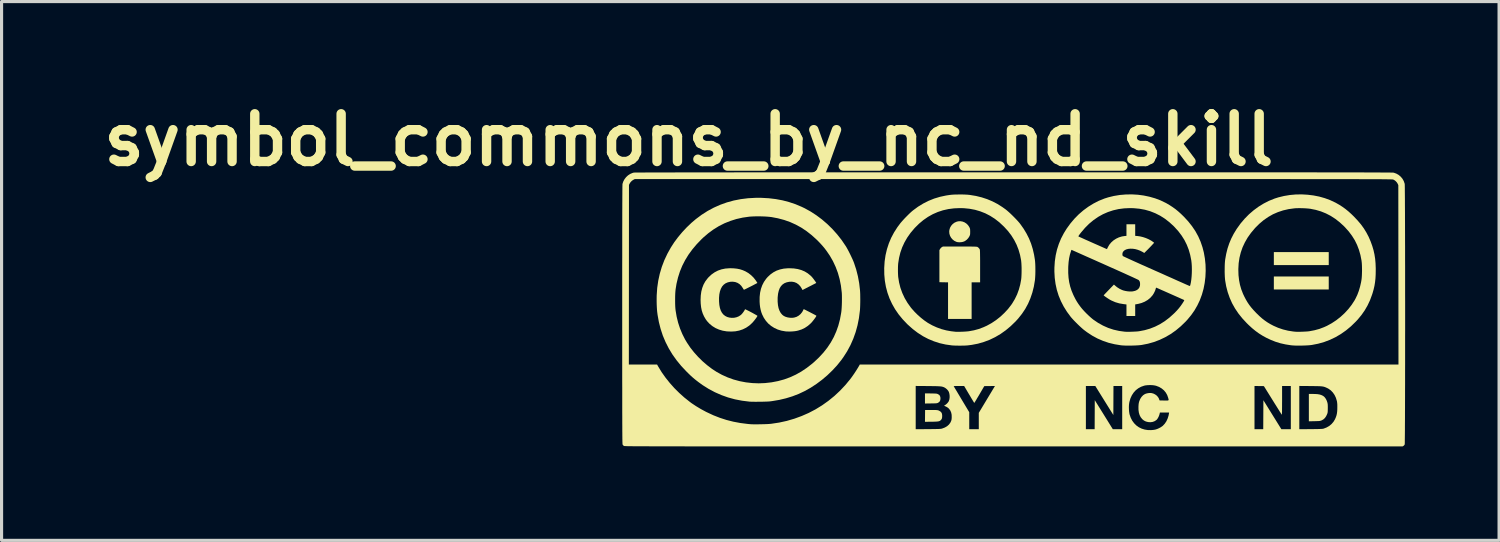
<source format=kicad_pcb>
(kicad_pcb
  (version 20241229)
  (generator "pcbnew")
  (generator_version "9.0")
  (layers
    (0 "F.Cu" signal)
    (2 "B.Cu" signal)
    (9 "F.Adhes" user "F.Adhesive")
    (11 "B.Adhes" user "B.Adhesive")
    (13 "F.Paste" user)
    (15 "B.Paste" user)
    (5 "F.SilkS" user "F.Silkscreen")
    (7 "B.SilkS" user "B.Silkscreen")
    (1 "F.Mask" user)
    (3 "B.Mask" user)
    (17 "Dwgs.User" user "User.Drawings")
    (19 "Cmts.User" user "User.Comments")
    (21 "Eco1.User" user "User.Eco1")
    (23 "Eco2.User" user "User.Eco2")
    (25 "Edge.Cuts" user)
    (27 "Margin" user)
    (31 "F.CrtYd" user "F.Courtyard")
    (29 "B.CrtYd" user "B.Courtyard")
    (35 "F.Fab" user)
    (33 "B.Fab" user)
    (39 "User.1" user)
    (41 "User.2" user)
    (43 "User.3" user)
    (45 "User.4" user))
  (footprint "symbol_commons_by_nc_nd_skill"
    (layer "F.Cu")
    (at 29.362 6.498)
    (property "Reference" "symbol_commons_by_nc_nd_skill" (at -10.414 -5.08 0) (layer "F.SilkS") (effects (font (size 1.524 1.524) (thickness 0.3))))
    (attr board_only exclude_from_pos_files exclude_from_bom)
    (fp_poly (pts (xy 10.023 -1.082) (xy 8.27 -1.082) (xy 8.27 -1.497) (xy 10.023 -1.497)) (stroke (width 0) (type solid)) (fill yes) (layer "F.SilkS"))
    (fp_poly (pts (xy 10.023 -0.303) (xy 8.27 -0.303) (xy 8.27 -0.718) (xy 10.023 -0.718)) (stroke (width 0) (type solid)) (fill yes) (layer "F.SilkS"))
    (fp_poly (pts (xy -2.684 3.017) (xy -2.622 3.018) (xy -2.574 3.02) (xy -2.539 3.021) (xy -2.513 3.023) (xy -2.493 3.026) (xy -2.478 3.03) (xy -2.464 3.036) (xy -2.455 3.04) (xy -2.417 3.065) (xy -2.392 3.097) (xy -2.38 3.139) (xy -2.377 3.177) (xy -2.382 3.227) (xy -2.397 3.266) (xy -2.424 3.295) (xy -2.449 3.312) (xy -2.462 3.319) (xy -2.474 3.324) (xy -2.489 3.328) (xy -2.508 3.331) (xy -2.534 3.333) (xy -2.569 3.334) (xy -2.617 3.335) (xy -2.679 3.336) (xy -2.679 3.336) (xy -2.872 3.339) (xy -2.872 3.015)) (stroke (width 0) (type solid)) (fill yes) (layer "F.SilkS"))
    (fp_poly (pts (xy -2.669 3.546) (xy -2.605 3.546) (xy -2.556 3.546) (xy -2.519 3.547) (xy -2.491 3.549) (xy -2.47 3.552) (xy -2.454 3.555) (xy -2.44 3.56) (xy -2.428 3.565) (xy -2.382 3.591) (xy -2.351 3.621) (xy -2.331 3.66) (xy -2.323 3.709) (xy -2.323 3.755) (xy -2.326 3.79) (xy -2.331 3.815) (xy -2.34 3.835) (xy -2.35 3.85) (xy -2.366 3.869) (xy -2.383 3.884) (xy -2.402 3.896) (xy -2.426 3.905) (xy -2.457 3.911) (xy -2.497 3.915) (xy -2.548 3.918) (xy -2.613 3.92) (xy -2.663 3.92) (xy -2.872 3.923) (xy -2.87 3.734) (xy -2.868 3.545)) (stroke (width 0) (type solid)) (fill yes) (layer "F.SilkS"))
    (fp_poly (pts (xy -1.648 -1.675) (xy -1.551 -1.674) (xy -1.47 -1.674) (xy -1.401 -1.674) (xy -1.345 -1.673) (xy -1.3 -1.672) (xy -1.265 -1.671) (xy -1.238 -1.669) (xy -1.219 -1.668) (xy -1.206 -1.665) (xy -1.198 -1.663) (xy -1.197 -1.663) (xy -1.167 -1.641) (xy -1.139 -1.611) (xy -1.121 -1.58) (xy -1.12 -1.579) (xy -1.118 -1.564) (xy -1.116 -1.532) (xy -1.114 -1.484) (xy -1.113 -1.418) (xy -1.112 -1.336) (xy -1.111 -1.237) (xy -1.111 -1.12) (xy -1.111 -1.043) (xy -1.111 -0.532) (xy -1.382 -0.532) (xy -1.382 0.637) (xy -2.135 0.637) (xy -2.135 -0.531) (xy -2.273 -0.533) (xy -2.411 -0.536) (xy -2.411 -1.56) (xy -2.389 -1.597) (xy -2.366 -1.628) (xy -2.337 -1.653) (xy -2.334 -1.654) (xy -2.299 -1.675) (xy -1.76 -1.675)) (stroke (width 0) (type solid)) (fill yes) (layer "F.SilkS"))
    (fp_poly (pts (xy 9.508 3.033) (xy 9.594 3.035) (xy 9.666 3.04) (xy 9.727 3.05) (xy 9.778 3.065) (xy 9.823 3.085) (xy 9.864 3.111) (xy 9.869 3.115) (xy 9.901 3.148) (xy 9.932 3.193) (xy 9.959 3.248) (xy 9.973 3.288) (xy 9.981 3.314) (xy 9.986 3.339) (xy 9.99 3.365) (xy 9.992 3.398) (xy 9.993 3.441) (xy 9.993 3.486) (xy 9.992 3.539) (xy 9.991 3.579) (xy 9.989 3.61) (xy 9.985 3.634) (xy 9.979 3.655) (xy 9.974 3.671) (xy 9.94 3.744) (xy 9.899 3.803) (xy 9.849 3.848) (xy 9.79 3.88) (xy 9.787 3.881) (xy 9.769 3.887) (xy 9.75 3.892) (xy 9.729 3.896) (xy 9.7 3.899) (xy 9.663 3.9) (xy 9.615 3.902) (xy 9.563 3.903) (xy 9.388 3.907) (xy 9.388 3.033)) (stroke (width 0) (type solid)) (fill yes) (layer "F.SilkS"))
    (fp_poly (pts (xy -1.676 -2.473) (xy -1.61 -2.448) (xy -1.551 -2.41) (xy -1.5 -2.361) (xy -1.459 -2.302) (xy -1.451 -2.286) (xy -1.441 -2.262) (xy -1.434 -2.241) (xy -1.43 -2.217) (xy -1.429 -2.185) (xy -1.428 -2.144) (xy -1.429 -2.102) (xy -1.43 -2.072) (xy -1.434 -2.049) (xy -1.441 -2.028) (xy -1.451 -2.004) (xy -1.453 -2.001) (xy -1.488 -1.945) (xy -1.535 -1.894) (xy -1.589 -1.854) (xy -1.615 -1.84) (xy -1.664 -1.823) (xy -1.721 -1.813) (xy -1.781 -1.811) (xy -1.836 -1.816) (xy -1.869 -1.825) (xy -1.935 -1.857) (xy -1.991 -1.901) (xy -2.037 -1.955) (xy -2.071 -2.016) (xy -2.092 -2.083) (xy -2.098 -2.153) (xy -2.093 -2.201) (xy -2.072 -2.273) (xy -2.036 -2.337) (xy -1.988 -2.392) (xy -1.93 -2.436) (xy -1.862 -2.467) (xy -1.812 -2.48) (xy -1.744 -2.484)) (stroke (width 0) (type solid)) (fill yes) (layer "F.SilkS"))
    (fp_poly (pts (xy -8.977 -0.978) (xy -8.874 -0.967) (xy -8.78 -0.948) (xy -8.691 -0.919) (xy -8.608 -0.883) (xy -8.513 -0.828) (xy -8.424 -0.759) (xy -8.343 -0.679) (xy -8.274 -0.59) (xy -8.264 -0.575) (xy -8.224 -0.511) (xy -8.302 -0.47) (xy -8.343 -0.448) (xy -8.389 -0.424) (xy -8.438 -0.399) (xy -8.487 -0.375) (xy -8.534 -0.351) (xy -8.576 -0.33) (xy -8.611 -0.313) (xy -8.637 -0.301) (xy -8.651 -0.295) (xy -8.653 -0.295) (xy -8.66 -0.301) (xy -8.672 -0.319) (xy -8.687 -0.345) (xy -8.689 -0.347) (xy -8.737 -0.418) (xy -8.794 -0.474) (xy -8.86 -0.515) (xy -8.932 -0.541) (xy -9.012 -0.552) (xy -9.089 -0.549) (xy -9.169 -0.531) (xy -9.24 -0.5) (xy -9.3 -0.456) (xy -9.351 -0.398) (xy -9.39 -0.326) (xy -9.42 -0.242) (xy -9.44 -0.143) (xy -9.449 -0.032) (xy -9.448 0.081) (xy -9.439 0.191) (xy -9.421 0.286) (xy -9.394 0.368) (xy -9.357 0.438) (xy -9.312 0.495) (xy -9.309 0.497) (xy -9.253 0.542) (xy -9.188 0.575) (xy -9.116 0.595) (xy -9.041 0.603) (xy -8.965 0.6) (xy -8.891 0.584) (xy -8.821 0.556) (xy -8.759 0.516) (xy -8.73 0.49) (xy -8.706 0.463) (xy -8.68 0.43) (xy -8.655 0.394) (xy -8.634 0.361) (xy -8.621 0.334) (xy -8.618 0.329) (xy -8.611 0.33) (xy -8.59 0.339) (xy -8.56 0.353) (xy -8.522 0.372) (xy -8.479 0.394) (xy -8.433 0.418) (xy -8.386 0.443) (xy -8.341 0.468) (xy -8.3 0.491) (xy -8.265 0.511) (xy -8.24 0.526) (xy -8.225 0.536) (xy -8.223 0.539) (xy -8.228 0.554) (xy -8.243 0.578) (xy -8.264 0.61) (xy -8.291 0.646) (xy -8.32 0.684) (xy -8.351 0.721) (xy -8.381 0.755) (xy -8.391 0.766) (xy -8.482 0.849) (xy -8.582 0.917) (xy -8.689 0.97) (xy -8.805 1.009) (xy -8.928 1.033) (xy -9.058 1.041) (xy -9.196 1.035) (xy -9.207 1.034) (xy -9.331 1.013) (xy -9.449 0.978) (xy -9.559 0.93) (xy -9.66 0.868) (xy -9.75 0.795) (xy -9.83 0.709) (xy -9.877 0.644) (xy -9.929 0.554) (xy -9.97 0.462) (xy -10.001 0.365) (xy -10.022 0.26) (xy -10.034 0.145) (xy -10.038 0.027) (xy -10.032 -0.11) (xy -10.015 -0.236) (xy -9.985 -0.352) (xy -9.944 -0.459) (xy -9.889 -0.559) (xy -9.82 -0.651) (xy -9.778 -0.699) (xy -9.687 -0.783) (xy -9.589 -0.852) (xy -9.483 -0.907) (xy -9.37 -0.946) (xy -9.248 -0.971) (xy -9.118 -0.981) (xy -9.091 -0.982)) (stroke (width 0) (type solid)) (fill yes) (layer "F.SilkS"))
    (fp_poly (pts (xy -7.062 -0.975) (xy -6.936 -0.956) (xy -6.821 -0.924) (xy -6.714 -0.879) (xy -6.617 -0.82) (xy -6.528 -0.748) (xy -6.495 -0.716) (xy -6.476 -0.695) (xy -6.453 -0.667) (xy -6.428 -0.635) (xy -6.404 -0.602) (xy -6.381 -0.57) (xy -6.362 -0.543) (xy -6.349 -0.522) (xy -6.345 -0.511) (xy -6.345 -0.511) (xy -6.353 -0.506) (xy -6.374 -0.496) (xy -6.406 -0.479) (xy -6.448 -0.458) (xy -6.497 -0.432) (xy -6.552 -0.404) (xy -6.565 -0.398) (xy -6.783 -0.286) (xy -6.81 -0.337) (xy -6.856 -0.409) (xy -6.912 -0.467) (xy -6.975 -0.511) (xy -7.046 -0.539) (xy -7.123 -0.552) (xy -7.206 -0.549) (xy -7.206 -0.549) (xy -7.288 -0.532) (xy -7.359 -0.504) (xy -7.42 -0.463) (xy -7.47 -0.41) (xy -7.511 -0.344) (xy -7.541 -0.265) (xy -7.563 -0.172) (xy -7.575 -0.065) (xy -7.577 -0.031) (xy -7.577 0.088) (xy -7.567 0.196) (xy -7.548 0.292) (xy -7.518 0.375) (xy -7.479 0.446) (xy -7.43 0.504) (xy -7.381 0.542) (xy -7.325 0.569) (xy -7.258 0.589) (xy -7.185 0.6) (xy -7.113 0.602) (xy -7.053 0.595) (xy -6.976 0.572) (xy -6.907 0.534) (xy -6.846 0.483) (xy -6.795 0.42) (xy -6.771 0.378) (xy -6.759 0.352) (xy -6.749 0.333) (xy -6.745 0.325) (xy -6.737 0.328) (xy -6.717 0.337) (xy -6.686 0.352) (xy -6.648 0.372) (xy -6.604 0.394) (xy -6.557 0.418) (xy -6.509 0.443) (xy -6.463 0.467) (xy -6.421 0.489) (xy -6.385 0.508) (xy -6.359 0.523) (xy -6.343 0.532) (xy -6.34 0.534) (xy -6.342 0.545) (xy -6.353 0.566) (xy -6.372 0.595) (xy -6.396 0.629) (xy -6.424 0.666) (xy -6.453 0.703) (xy -6.482 0.738) (xy -6.509 0.768) (xy -6.517 0.776) (xy -6.608 0.856) (xy -6.706 0.922) (xy -6.811 0.973) (xy -6.926 1.01) (xy -6.986 1.023) (xy -7.036 1.03) (xy -7.097 1.036) (xy -7.164 1.039) (xy -7.23 1.039) (xy -7.291 1.038) (xy -7.33 1.034) (xy -7.456 1.012) (xy -7.574 0.976) (xy -7.684 0.925) (xy -7.784 0.862) (xy -7.874 0.787) (xy -7.952 0.699) (xy -8.019 0.6) (xy -8.073 0.491) (xy -8.099 0.421) (xy -8.12 0.344) (xy -8.136 0.265) (xy -8.147 0.18) (xy -8.153 0.084) (xy -8.153 0.081) (xy -8.152 -0.064) (xy -8.138 -0.198) (xy -8.11 -0.323) (xy -8.069 -0.438) (xy -8.015 -0.544) (xy -7.946 -0.643) (xy -7.895 -0.702) (xy -7.807 -0.784) (xy -7.713 -0.851) (xy -7.611 -0.905) (xy -7.501 -0.943) (xy -7.382 -0.969) (xy -7.254 -0.98) (xy -7.198 -0.981)) (stroke (width 0) (type solid)) (fill yes) (layer "F.SilkS"))
    (fp_poly (pts (xy 9.35 -3.329) (xy 9.537 -3.306) (xy 9.719 -3.27) (xy 9.896 -3.22) (xy 10.065 -3.158) (xy 10.225 -3.083) (xy 10.243 -3.074) (xy 10.356 -3.01) (xy 10.459 -2.944) (xy 10.555 -2.875) (xy 10.65 -2.798) (xy 10.746 -2.711) (xy 10.823 -2.636) (xy 10.944 -2.508) (xy 11.051 -2.382) (xy 11.144 -2.254) (xy 11.225 -2.122) (xy 11.297 -1.985) (xy 11.36 -1.839) (xy 11.363 -1.831) (xy 11.413 -1.693) (xy 11.453 -1.558) (xy 11.483 -1.423) (xy 11.505 -1.284) (xy 11.518 -1.138) (xy 11.524 -0.98) (xy 11.524 -0.925) (xy 11.522 -0.784) (xy 11.515 -0.655) (xy 11.502 -0.535) (xy 11.483 -0.42) (xy 11.457 -0.306) (xy 11.424 -0.19) (xy 11.407 -0.138) (xy 11.341 0.04) (xy 11.263 0.206) (xy 11.172 0.364) (xy 11.067 0.514) (xy 10.947 0.659) (xy 10.886 0.724) (xy 10.734 0.872) (xy 10.575 1.004) (xy 10.41 1.12) (xy 10.239 1.22) (xy 10.061 1.305) (xy 9.876 1.375) (xy 9.685 1.429) (xy 9.486 1.468) (xy 9.429 1.475) (xy 9.359 1.481) (xy 9.28 1.485) (xy 9.196 1.488) (xy 9.109 1.489) (xy 9.025 1.489) (xy 8.946 1.488) (xy 8.877 1.484) (xy 8.821 1.479) (xy 8.82 1.479) (xy 8.643 1.451) (xy 8.477 1.414) (xy 8.319 1.365) (xy 8.164 1.303) (xy 8.027 1.238) (xy 7.907 1.172) (xy 7.793 1.1) (xy 7.684 1.021) (xy 7.575 0.932) (xy 7.465 0.831) (xy 7.402 0.769) (xy 7.262 0.618) (xy 7.138 0.463) (xy 7.03 0.303) (xy 6.937 0.137) (xy 6.86 -0.036) (xy 6.797 -0.215) (xy 6.748 -0.403) (xy 6.715 -0.591) (xy 6.709 -0.648) (xy 6.704 -0.718) (xy 6.701 -0.797) (xy 6.699 -0.882) (xy 6.7 -0.929) (xy 7.136 -0.929) (xy 7.141 -0.761) (xy 7.159 -0.602) (xy 7.188 -0.452) (xy 7.23 -0.307) (xy 7.286 -0.163) (xy 7.322 -0.087) (xy 7.373 0.012) (xy 7.426 0.103) (xy 7.483 0.188) (xy 7.547 0.271) (xy 7.62 0.355) (xy 7.704 0.444) (xy 7.724 0.464) (xy 7.813 0.55) (xy 7.898 0.625) (xy 7.982 0.69) (xy 8.068 0.749) (xy 8.16 0.804) (xy 8.259 0.856) (xy 8.405 0.92) (xy 8.561 0.973) (xy 8.723 1.013) (xy 8.889 1.039) (xy 8.96 1.046) (xy 8.998 1.048) (xy 9.05 1.049) (xy 9.109 1.048) (xy 9.174 1.046) (xy 9.239 1.043) (xy 9.301 1.04) (xy 9.355 1.036) (xy 9.397 1.031) (xy 9.405 1.03) (xy 9.568 0.999) (xy 9.723 0.957) (xy 9.873 0.9) (xy 9.968 0.857) (xy 10.119 0.774) (xy 10.265 0.678) (xy 10.403 0.569) (xy 10.532 0.45) (xy 10.65 0.322) (xy 10.756 0.186) (xy 10.848 0.044) (xy 10.88 -0.015) (xy 10.935 -0.13) (xy 10.983 -0.257) (xy 11.023 -0.392) (xy 11.055 -0.531) (xy 11.069 -0.612) (xy 11.076 -0.671) (xy 11.081 -0.742) (xy 11.084 -0.822) (xy 11.086 -0.906) (xy 11.085 -0.991) (xy 11.083 -1.072) (xy 11.079 -1.145) (xy 11.072 -1.207) (xy 11.07 -1.226) (xy 11.035 -1.403) (xy 10.988 -1.569) (xy 10.928 -1.726) (xy 10.855 -1.875) (xy 10.766 -2.017) (xy 10.663 -2.155) (xy 10.544 -2.288) (xy 10.51 -2.323) (xy 10.373 -2.449) (xy 10.232 -2.559) (xy 10.085 -2.654) (xy 9.932 -2.733) (xy 9.773 -2.797) (xy 9.606 -2.846) (xy 9.431 -2.881) (xy 9.43 -2.881) (xy 9.367 -2.888) (xy 9.292 -2.894) (xy 9.21 -2.898) (xy 9.126 -2.9) (xy 9.044 -2.9) (xy 8.971 -2.898) (xy 8.922 -2.894) (xy 8.74 -2.869) (xy 8.567 -2.829) (xy 8.401 -2.774) (xy 8.242 -2.705) (xy 8.091 -2.619) (xy 7.946 -2.519) (xy 7.808 -2.403) (xy 7.675 -2.271) (xy 7.662 -2.256) (xy 7.54 -2.111) (xy 7.434 -1.962) (xy 7.345 -1.808) (xy 7.271 -1.65) (xy 7.214 -1.486) (xy 7.172 -1.316) (xy 7.146 -1.141) (xy 7.136 -0.959) (xy 7.136 -0.929) (xy 6.7 -0.929) (xy 6.7 -0.968) (xy 6.701 -1.052) (xy 6.704 -1.13) (xy 6.709 -1.199) (xy 6.715 -1.255) (xy 6.715 -1.255) (xy 6.748 -1.439) (xy 6.79 -1.61) (xy 6.844 -1.772) (xy 6.909 -1.928) (xy 6.987 -2.08) (xy 7.079 -2.231) (xy 7.089 -2.246) (xy 7.207 -2.41) (xy 7.337 -2.563) (xy 7.476 -2.704) (xy 7.625 -2.832) (xy 7.781 -2.947) (xy 7.945 -3.048) (xy 8.116 -3.135) (xy 8.292 -3.206) (xy 8.414 -3.245) (xy 8.595 -3.289) (xy 8.781 -3.32) (xy 8.97 -3.337) (xy 9.16 -3.34)) (stroke (width 0) (type solid)) (fill yes) (layer "F.SilkS"))
    (fp_poly (pts (xy -1.675 -3.337) (xy -1.589 -3.334) (xy -1.512 -3.33) (xy -1.446 -3.323) (xy -1.437 -3.322) (xy -1.243 -3.29) (xy -1.06 -3.245) (xy -0.886 -3.188) (xy -0.719 -3.118) (xy -0.557 -3.034) (xy -0.4 -2.935) (xy -0.298 -2.862) (xy -0.252 -2.825) (xy -0.198 -2.778) (xy -0.139 -2.724) (xy -0.077 -2.664) (xy -0.016 -2.603) (xy 0.043 -2.542) (xy 0.096 -2.485) (xy 0.141 -2.433) (xy 0.169 -2.398) (xy 0.278 -2.244) (xy 0.371 -2.089) (xy 0.451 -1.931) (xy 0.517 -1.767) (xy 0.57 -1.596) (xy 0.612 -1.415) (xy 0.639 -1.251) (xy 0.645 -1.192) (xy 0.65 -1.12) (xy 0.653 -1.038) (xy 0.654 -0.951) (xy 0.654 -0.863) (xy 0.652 -0.778) (xy 0.648 -0.699) (xy 0.643 -0.63) (xy 0.639 -0.595) (xy 0.605 -0.394) (xy 0.557 -0.203) (xy 0.495 -0.021) (xy 0.42 0.153) (xy 0.33 0.318) (xy 0.225 0.475) (xy 0.105 0.626) (xy 0.02 0.719) (xy -0.133 0.867) (xy -0.292 1) (xy -0.457 1.117) (xy -0.629 1.218) (xy -0.807 1.304) (xy -0.991 1.373) (xy -1.181 1.428) (xy -1.378 1.466) (xy -1.512 1.483) (xy -1.56 1.486) (xy -1.619 1.489) (xy -1.687 1.49) (xy -1.76 1.491) (xy -1.833 1.49) (xy -1.901 1.489) (xy -1.962 1.486) (xy -2.011 1.483) (xy -2.017 1.482) (xy -2.214 1.454) (xy -2.405 1.411) (xy -2.589 1.351) (xy -2.767 1.277) (xy -2.939 1.187) (xy -3.105 1.08) (xy -3.265 0.958) (xy -3.42 0.82) (xy -3.438 0.803) (xy -3.583 0.65) (xy -3.712 0.493) (xy -3.825 0.329) (xy -3.922 0.159) (xy -4.004 -0.017) (xy -4.069 -0.198) (xy -4.119 -0.386) (xy -4.153 -0.58) (xy -4.171 -0.78) (xy -4.173 -0.951) (xy -3.735 -0.951) (xy -3.735 -0.878) (xy -3.733 -0.808) (xy -3.73 -0.745) (xy -3.727 -0.703) (xy -3.699 -0.528) (xy -3.656 -0.357) (xy -3.596 -0.191) (xy -3.521 -0.03) (xy -3.431 0.123) (xy -3.326 0.27) (xy -3.289 0.315) (xy -3.201 0.413) (xy -3.103 0.51) (xy -2.999 0.602) (xy -2.894 0.685) (xy -2.791 0.756) (xy -2.781 0.763) (xy -2.642 0.841) (xy -2.495 0.908) (xy -2.343 0.963) (xy -2.188 1.004) (xy -2.036 1.031) (xy -2.008 1.034) (xy -1.969 1.039) (xy -1.933 1.043) (xy -1.906 1.046) (xy -1.898 1.047) (xy -1.87 1.049) (xy -1.828 1.049) (xy -1.776 1.049) (xy -1.718 1.047) (xy -1.658 1.045) (xy -1.599 1.042) (xy -1.545 1.038) (xy -1.498 1.034) (xy -1.467 1.03) (xy -1.304 1) (xy -1.151 0.958) (xy -1.003 0.902) (xy -0.895 0.853) (xy -0.746 0.771) (xy -0.602 0.675) (xy -0.464 0.566) (xy -0.336 0.446) (xy -0.218 0.319) (xy -0.114 0.184) (xy -0.085 0.142) (xy 0 0) (xy 0.071 -0.148) (xy 0.128 -0.304) (xy 0.172 -0.468) (xy 0.199 -0.616) (xy 0.206 -0.673) (xy 0.21 -0.744) (xy 0.213 -0.823) (xy 0.214 -0.907) (xy 0.214 -0.991) (xy 0.211 -1.073) (xy 0.207 -1.147) (xy 0.201 -1.21) (xy 0.199 -1.23) (xy 0.165 -1.405) (xy 0.117 -1.572) (xy 0.055 -1.731) (xy -0.022 -1.883) (xy -0.114 -2.03) (xy -0.222 -2.171) (xy -0.346 -2.307) (xy -0.362 -2.322) (xy -0.499 -2.45) (xy -0.642 -2.561) (xy -0.791 -2.656) (xy -0.946 -2.736) (xy -1.107 -2.799) (xy -1.274 -2.848) (xy -1.449 -2.881) (xy -1.631 -2.899) (xy -1.759 -2.902) (xy -1.945 -2.894) (xy -2.125 -2.871) (xy -2.297 -2.832) (xy -2.464 -2.777) (xy -2.624 -2.707) (xy -2.777 -2.621) (xy -2.924 -2.519) (xy -3.064 -2.402) (xy -3.197 -2.27) (xy -3.209 -2.256) (xy -3.331 -2.112) (xy -3.437 -1.962) (xy -3.526 -1.808) (xy -3.6 -1.648) (xy -3.658 -1.482) (xy -3.7 -1.31) (xy -3.727 -1.137) (xy -3.731 -1.085) (xy -3.734 -1.022) (xy -3.735 -0.951) (xy -4.173 -0.951) (xy -4.174 -0.986) (xy -4.173 -0.997) (xy -4.16 -1.202) (xy -4.131 -1.399) (xy -4.086 -1.59) (xy -4.026 -1.775) (xy -3.951 -1.953) (xy -3.859 -2.126) (xy -3.752 -2.293) (xy -3.651 -2.428) (xy -3.612 -2.473) (xy -3.565 -2.526) (xy -3.512 -2.583) (xy -3.455 -2.641) (xy -3.398 -2.698) (xy -3.343 -2.751) (xy -3.293 -2.796) (xy -3.253 -2.829) (xy -3.093 -2.947) (xy -2.928 -3.048) (xy -2.757 -3.134) (xy -2.579 -3.206) (xy -2.393 -3.262) (xy -2.199 -3.304) (xy -2.08 -3.322) (xy -2.016 -3.329) (xy -1.94 -3.334) (xy -1.855 -3.336) (xy -1.765 -3.337)) (stroke (width 0) (type solid)) (fill yes) (layer "F.SilkS"))
    (fp_poly (pts (xy -8.096 -3.23) (xy -7.862 -3.217) (xy -7.637 -3.19) (xy -7.421 -3.15) (xy -7.212 -3.095) (xy -7.009 -3.027) (xy -6.81 -2.943) (xy -6.715 -2.898) (xy -6.525 -2.793) (xy -6.34 -2.673) (xy -6.161 -2.539) (xy -5.99 -2.392) (xy -5.827 -2.232) (xy -5.675 -2.062) (xy -5.534 -1.883) (xy -5.406 -1.694) (xy -5.401 -1.688) (xy -5.37 -1.635) (xy -5.334 -1.57) (xy -5.296 -1.497) (xy -5.257 -1.419) (xy -5.22 -1.341) (xy -5.185 -1.266) (xy -5.156 -1.199) (xy -5.137 -1.15) (xy -5.069 -0.943) (xy -5.014 -0.727) (xy -4.973 -0.505) (xy -4.947 -0.282) (xy -4.943 -0.22) (xy -4.94 -0.146) (xy -4.939 -0.062) (xy -4.938 0.026) (xy -4.939 0.116) (xy -4.941 0.203) (xy -4.944 0.283) (xy -4.948 0.352) (xy -4.951 0.379) (xy -4.981 0.614) (xy -5.026 0.84) (xy -5.086 1.059) (xy -5.162 1.271) (xy -5.252 1.475) (xy -5.358 1.672) (xy -5.479 1.861) (xy -5.547 1.955) (xy -5.68 2.121) (xy -5.829 2.282) (xy -5.989 2.436) (xy -6.16 2.581) (xy -6.338 2.714) (xy -6.521 2.834) (xy -6.53 2.839) (xy -6.716 2.943) (xy -6.907 3.033) (xy -7.105 3.109) (xy -7.31 3.172) (xy -7.524 3.223) (xy -7.749 3.261) (xy -7.817 3.27) (xy -7.85 3.273) (xy -7.897 3.276) (xy -7.955 3.278) (xy -8.021 3.28) (xy -8.092 3.282) (xy -8.166 3.282) (xy -8.239 3.283) (xy -8.309 3.283) (xy -8.372 3.282) (xy -8.426 3.281) (xy -8.468 3.279) (xy -8.481 3.278) (xy -8.714 3.249) (xy -8.941 3.205) (xy -9.161 3.145) (xy -9.374 3.069) (xy -9.581 2.978) (xy -9.782 2.871) (xy -9.976 2.749) (xy -10.096 2.662) (xy -10.168 2.607) (xy -10.233 2.555) (xy -10.294 2.503) (xy -10.356 2.447) (xy -10.42 2.385) (xy -10.492 2.314) (xy -10.657 2.138) (xy -10.806 1.956) (xy -10.939 1.769) (xy -11.056 1.575) (xy -11.157 1.376) (xy -11.244 1.17) (xy -11.314 0.957) (xy -11.37 0.737) (xy -11.411 0.51) (xy -11.424 0.412) (xy -11.43 0.346) (xy -11.435 0.267) (xy -11.439 0.18) (xy -11.441 0.088) (xy -11.441 -0.004) (xy -11.441 -0.008) (xy -10.851 -0.008) (xy -10.851 0.079) (xy -10.85 0.164) (xy -10.847 0.243) (xy -10.842 0.313) (xy -10.836 0.366) (xy -10.802 0.568) (xy -10.755 0.759) (xy -10.695 0.942) (xy -10.622 1.118) (xy -10.535 1.29) (xy -10.471 1.397) (xy -10.367 1.552) (xy -10.248 1.703) (xy -10.117 1.849) (xy -9.976 1.988) (xy -9.826 2.117) (xy -9.672 2.234) (xy -9.531 2.326) (xy -9.357 2.422) (xy -9.175 2.504) (xy -8.986 2.572) (xy -8.79 2.625) (xy -8.59 2.663) (xy -8.387 2.686) (xy -8.182 2.694) (xy -7.981 2.686) (xy -7.77 2.662) (xy -7.567 2.623) (xy -7.371 2.57) (xy -7.182 2.501) (xy -6.998 2.417) (xy -6.82 2.317) (xy -6.647 2.201) (xy -6.477 2.069) (xy -6.413 2.014) (xy -6.256 1.866) (xy -6.115 1.713) (xy -5.99 1.555) (xy -5.88 1.39) (xy -5.785 1.218) (xy -5.705 1.038) (xy -5.639 0.851) (xy -5.587 0.654) (xy -5.549 0.449) (xy -5.543 0.408) (xy -5.537 0.351) (xy -5.532 0.281) (xy -5.528 0.203) (xy -5.525 0.118) (xy -5.524 0.033) (xy -5.524 -0.05) (xy -5.525 -0.126) (xy -5.528 -0.192) (xy -5.53 -0.211) (xy -5.556 -0.426) (xy -5.597 -0.633) (xy -5.653 -0.833) (xy -5.725 -1.025) (xy -5.811 -1.209) (xy -5.913 -1.386) (xy -6.02 -1.542) (xy -6.083 -1.625) (xy -6.149 -1.703) (xy -6.219 -1.78) (xy -6.297 -1.861) (xy -6.332 -1.895) (xy -6.49 -2.038) (xy -6.653 -2.166) (xy -6.821 -2.278) (xy -6.996 -2.374) (xy -7.178 -2.456) (xy -7.368 -2.523) (xy -7.567 -2.576) (xy -7.77 -2.615) (xy -7.838 -2.623) (xy -7.919 -2.63) (xy -8.009 -2.635) (xy -8.105 -2.638) (xy -8.202 -2.639) (xy -8.296 -2.638) (xy -8.384 -2.635) (xy -8.462 -2.63) (xy -8.485 -2.628) (xy -8.694 -2.598) (xy -8.895 -2.553) (xy -9.088 -2.492) (xy -9.275 -2.417) (xy -9.455 -2.326) (xy -9.628 -2.219) (xy -9.794 -2.097) (xy -9.955 -1.959) (xy -10.008 -1.908) (xy -10.163 -1.747) (xy -10.301 -1.583) (xy -10.424 -1.415) (xy -10.53 -1.242) (xy -10.622 -1.063) (xy -10.698 -0.878) (xy -10.759 -0.686) (xy -10.807 -0.486) (xy -10.836 -0.306) (xy -10.842 -0.247) (xy -10.847 -0.175) (xy -10.85 -0.094) (xy -10.851 -0.008) (xy -11.441 -0.008) (xy -11.44 -0.091) (xy -11.439 -0.123) (xy -11.423 -0.356) (xy -11.39 -0.584) (xy -11.341 -0.807) (xy -11.276 -1.026) (xy -11.195 -1.239) (xy -11.097 -1.447) (xy -10.987 -1.644) (xy -10.88 -1.81) (xy -10.758 -1.974) (xy -10.623 -2.135) (xy -10.48 -2.288) (xy -10.329 -2.432) (xy -10.189 -2.551) (xy -10.004 -2.689) (xy -9.813 -2.811) (xy -9.615 -2.917) (xy -9.41 -3.008) (xy -9.198 -3.084) (xy -8.98 -3.144) (xy -8.755 -3.188) (xy -8.523 -3.217) (xy -8.285 -3.23)) (stroke (width 0) (type solid)) (fill yes) (layer "F.SilkS"))
    (fp_poly (pts (xy 3.926 -3.329) (xy 4.114 -3.304) (xy 4.299 -3.265) (xy 4.478 -3.214) (xy 4.65 -3.149) (xy 4.812 -3.071) (xy 4.837 -3.058) (xy 4.941 -2.997) (xy 5.036 -2.935) (xy 5.127 -2.87) (xy 5.216 -2.797) (xy 5.307 -2.715) (xy 5.396 -2.628) (xy 5.534 -2.479) (xy 5.656 -2.325) (xy 5.763 -2.167) (xy 5.854 -2.002) (xy 5.93 -1.83) (xy 5.991 -1.651) (xy 6.034 -1.484) (xy 6.068 -1.292) (xy 6.088 -1.097) (xy 6.093 -0.9) (xy 6.084 -0.704) (xy 6.061 -0.51) (xy 6.024 -0.322) (xy 5.973 -0.141) (xy 5.972 -0.138) (xy 5.906 0.04) (xy 5.827 0.206) (xy 5.736 0.364) (xy 5.631 0.514) (xy 5.511 0.659) (xy 5.451 0.724) (xy 5.298 0.872) (xy 5.14 1.004) (xy 4.975 1.12) (xy 4.803 1.22) (xy 4.625 1.305) (xy 4.441 1.375) (xy 4.249 1.429) (xy 4.051 1.468) (xy 3.994 1.475) (xy 3.924 1.481) (xy 3.845 1.485) (xy 3.76 1.488) (xy 3.674 1.489) (xy 3.589 1.489) (xy 3.511 1.488) (xy 3.441 1.484) (xy 3.385 1.479) (xy 3.385 1.479) (xy 3.186 1.446) (xy 2.995 1.4) (xy 2.813 1.338) (xy 2.637 1.262) (xy 2.467 1.17) (xy 2.303 1.062) (xy 2.198 0.983) (xy 2.157 0.948) (xy 2.108 0.904) (xy 2.054 0.854) (xy 1.997 0.799) (xy 1.941 0.743) (xy 1.887 0.688) (xy 1.84 0.637) (xy 1.801 0.593) (xy 1.784 0.573) (xy 1.663 0.409) (xy 1.558 0.241) (xy 1.469 0.068) (xy 1.396 -0.109) (xy 1.339 -0.292) (xy 1.298 -0.481) (xy 1.272 -0.676) (xy 1.261 -0.878) (xy 1.262 -0.992) (xy 1.703 -0.992) (xy 1.703 -0.83) (xy 1.713 -0.678) (xy 1.734 -0.535) (xy 1.766 -0.398) (xy 1.81 -0.263) (xy 1.867 -0.128) (xy 1.891 -0.079) (xy 1.936 0.009) (xy 1.981 0.087) (xy 2.03 0.162) (xy 2.086 0.239) (xy 2.122 0.285) (xy 2.166 0.337) (xy 2.22 0.396) (xy 2.28 0.458) (xy 2.343 0.519) (xy 2.406 0.577) (xy 2.464 0.627) (xy 2.505 0.66) (xy 2.657 0.763) (xy 2.815 0.851) (xy 2.979 0.924) (xy 3.149 0.98) (xy 3.325 1.02) (xy 3.506 1.045) (xy 3.525 1.046) (xy 3.563 1.048) (xy 3.615 1.049) (xy 3.675 1.048) (xy 3.74 1.046) (xy 3.805 1.043) (xy 3.867 1.04) (xy 3.921 1.036) (xy 3.963 1.031) (xy 3.969 1.03) (xy 4.146 0.996) (xy 4.316 0.947) (xy 4.478 0.883) (xy 4.635 0.804) (xy 4.786 0.709) (xy 4.932 0.598) (xy 5.073 0.471) (xy 5.097 0.448) (xy 5.172 0.371) (xy 5.236 0.298) (xy 5.294 0.224) (xy 5.35 0.143) (xy 5.359 0.129) (xy 5.385 0.088) (xy 5.401 0.06) (xy 5.408 0.042) (xy 5.406 0.035) (xy 5.395 0.029) (xy 5.371 0.018) (xy 5.334 0.002) (xy 5.288 -0.019) (xy 5.233 -0.044) (xy 5.171 -0.071) (xy 5.104 -0.101) (xy 5.034 -0.132) (xy 4.962 -0.164) (xy 4.89 -0.196) (xy 4.82 -0.227) (xy 4.753 -0.257) (xy 4.69 -0.284) (xy 4.635 -0.309) (xy 4.588 -0.33) (xy 4.55 -0.346) (xy 4.525 -0.357) (xy 4.512 -0.362) (xy 4.512 -0.362) (xy 4.506 -0.355) (xy 4.5 -0.336) (xy 4.495 -0.319) (xy 4.482 -0.276) (xy 4.459 -0.225) (xy 4.432 -0.173) (xy 4.402 -0.126) (xy 4.39 -0.11) (xy 4.321 -0.033) (xy 4.239 0.033) (xy 4.146 0.087) (xy 4.044 0.129) (xy 3.934 0.158) (xy 3.922 0.16) (xy 3.842 0.174) (xy 3.842 0.544) (xy 3.563 0.544) (xy 3.563 0.175) (xy 3.472 0.164) (xy 3.336 0.141) (xy 3.207 0.103) (xy 3.084 0.05) (xy 3.03 0.021) (xy 3 0.002) (xy 2.965 -0.02) (xy 2.93 -0.044) (xy 2.896 -0.067) (xy 2.867 -0.088) (xy 2.846 -0.105) (xy 2.836 -0.115) (xy 2.835 -0.117) (xy 2.841 -0.124) (xy 2.857 -0.141) (xy 2.882 -0.168) (xy 2.914 -0.201) (xy 2.952 -0.241) (xy 2.994 -0.285) (xy 2.999 -0.29) (xy 3.163 -0.46) (xy 3.192 -0.434) (xy 3.262 -0.376) (xy 3.341 -0.326) (xy 3.423 -0.287) (xy 3.471 -0.27) (xy 3.534 -0.255) (xy 3.602 -0.244) (xy 3.671 -0.239) (xy 3.734 -0.24) (xy 3.766 -0.243) (xy 3.84 -0.26) (xy 3.899 -0.287) (xy 3.944 -0.323) (xy 3.976 -0.369) (xy 3.994 -0.424) (xy 3.998 -0.477) (xy 3.994 -0.525) (xy 3.983 -0.563) (xy 3.962 -0.594) (xy 3.951 -0.605) (xy 3.941 -0.611) (xy 3.916 -0.623) (xy 3.878 -0.641) (xy 3.827 -0.665) (xy 3.765 -0.694) (xy 3.692 -0.727) (xy 3.61 -0.764) (xy 3.519 -0.806) (xy 3.421 -0.85) (xy 3.316 -0.897) (xy 3.205 -0.947) (xy 3.09 -0.998) (xy 3.033 -1.023) (xy 2.913 -1.077) (xy 2.795 -1.13) (xy 2.679 -1.181) (xy 2.568 -1.231) (xy 2.462 -1.278) (xy 2.363 -1.322) (xy 2.272 -1.362) (xy 2.19 -1.399) (xy 2.118 -1.431) (xy 2.058 -1.458) (xy 2.011 -1.479) (xy 1.977 -1.494) (xy 1.971 -1.497) (xy 1.806 -1.57) (xy 1.791 -1.527) (xy 1.757 -1.418) (xy 1.732 -1.303) (xy 1.715 -1.18) (xy 1.705 -1.046) (xy 1.703 -0.992) (xy 1.262 -0.992) (xy 1.262 -1.001) (xy 1.275 -1.202) (xy 1.303 -1.394) (xy 1.345 -1.579) (xy 1.403 -1.758) (xy 1.475 -1.932) (xy 1.51 -1.999) (xy 2.03 -1.999) (xy 2.033 -1.995) (xy 2.044 -1.989) (xy 2.069 -1.978) (xy 2.105 -1.962) (xy 2.152 -1.941) (xy 2.207 -1.916) (xy 2.268 -1.888) (xy 2.335 -1.859) (xy 2.406 -1.827) (xy 2.478 -1.795) (xy 2.55 -1.763) (xy 2.621 -1.732) (xy 2.689 -1.702) (xy 2.752 -1.674) (xy 2.809 -1.649) (xy 2.857 -1.627) (xy 2.896 -1.61) (xy 2.924 -1.599) (xy 2.938 -1.593) (xy 2.94 -1.592) (xy 2.944 -1.6) (xy 2.954 -1.62) (xy 2.966 -1.646) (xy 2.967 -1.649) (xy 3.015 -1.732) (xy 3.076 -1.806) (xy 3.149 -1.871) (xy 3.232 -1.925) (xy 3.323 -1.968) (xy 3.42 -1.997) (xy 3.506 -2.01) (xy 3.563 -2.016) (xy 3.563 -2.386) (xy 3.842 -2.386) (xy 3.842 -2.016) (xy 3.913 -2.01) (xy 4 -1.998) (xy 4.091 -1.976) (xy 4.184 -1.945) (xy 4.272 -1.907) (xy 4.352 -1.864) (xy 4.42 -1.817) (xy 4.422 -1.815) (xy 4.447 -1.795) (xy 4.378 -1.72) (xy 4.344 -1.684) (xy 4.304 -1.642) (xy 4.261 -1.598) (xy 4.222 -1.558) (xy 4.22 -1.557) (xy 4.132 -1.469) (xy 4.072 -1.505) (xy 3.996 -1.543) (xy 3.919 -1.572) (xy 3.841 -1.593) (xy 3.764 -1.604) (xy 3.691 -1.606) (xy 3.623 -1.6) (xy 3.563 -1.585) (xy 3.511 -1.561) (xy 3.471 -1.528) (xy 3.447 -1.494) (xy 3.437 -1.465) (xy 3.433 -1.431) (xy 3.436 -1.399) (xy 3.445 -1.375) (xy 3.449 -1.37) (xy 3.459 -1.365) (xy 3.483 -1.353) (xy 3.521 -1.335) (xy 3.571 -1.312) (xy 3.631 -1.284) (xy 3.701 -1.252) (xy 3.78 -1.216) (xy 3.867 -1.177) (xy 3.96 -1.135) (xy 4.057 -1.091) (xy 4.143 -1.054) (xy 4.255 -1.003) (xy 4.371 -0.952) (xy 4.489 -0.899) (xy 4.607 -0.847) (xy 4.722 -0.796) (xy 4.832 -0.746) (xy 4.936 -0.7) (xy 5.031 -0.658) (xy 5.115 -0.62) (xy 5.186 -0.588) (xy 5.197 -0.583) (xy 5.272 -0.55) (xy 5.342 -0.519) (xy 5.407 -0.49) (xy 5.463 -0.465) (xy 5.511 -0.444) (xy 5.548 -0.428) (xy 5.573 -0.418) (xy 5.583 -0.414) (xy 5.584 -0.414) (xy 5.592 -0.421) (xy 5.601 -0.439) (xy 5.602 -0.445) (xy 5.62 -0.526) (xy 5.634 -0.619) (xy 5.644 -0.722) (xy 5.65 -0.83) (xy 5.652 -0.94) (xy 5.65 -1.047) (xy 5.643 -1.149) (xy 5.633 -1.234) (xy 5.598 -1.409) (xy 5.551 -1.574) (xy 5.49 -1.731) (xy 5.415 -1.881) (xy 5.325 -2.024) (xy 5.22 -2.163) (xy 5.098 -2.298) (xy 5.07 -2.327) (xy 4.932 -2.453) (xy 4.789 -2.564) (xy 4.639 -2.659) (xy 4.483 -2.738) (xy 4.321 -2.802) (xy 4.152 -2.85) (xy 3.976 -2.882) (xy 3.793 -2.899) (xy 3.676 -2.902) (xy 3.491 -2.894) (xy 3.311 -2.871) (xy 3.138 -2.831) (xy 2.971 -2.776) (xy 2.811 -2.706) (xy 2.657 -2.62) (xy 2.51 -2.518) (xy 2.37 -2.402) (xy 2.238 -2.27) (xy 2.112 -2.122) (xy 2.084 -2.086) (xy 2.057 -2.05) (xy 2.04 -2.025) (xy 2.031 -2.009) (xy 2.03 -1.999) (xy 1.51 -1.999) (xy 1.564 -2.102) (xy 1.653 -2.246) (xy 1.772 -2.41) (xy 1.901 -2.563) (xy 2.04 -2.704) (xy 2.189 -2.832) (xy 2.346 -2.947) (xy 2.51 -3.048) (xy 2.68 -3.135) (xy 2.856 -3.206) (xy 2.978 -3.245) (xy 3.162 -3.29) (xy 3.351 -3.321) (xy 3.542 -3.337) (xy 3.734 -3.34)) (stroke (width 0) (type solid)) (fill yes) (layer "F.SilkS"))
    (fp_poly (pts (xy 0.513 -4.045) (xy 1.046 -4.045) (xy 1.563 -4.045) (xy 2.064 -4.045) (xy 2.549 -4.045) (xy 3.018 -4.045) (xy 3.471 -4.045) (xy 3.91 -4.045) (xy 4.333 -4.045) (xy 4.742 -4.045) (xy 5.137 -4.045) (xy 5.517 -4.045) (xy 5.884 -4.045) (xy 6.237 -4.045) (xy 6.576 -4.045) (xy 6.903 -4.045) (xy 7.216 -4.045) (xy 7.517 -4.045) (xy 7.805 -4.044) (xy 8.082 -4.044) (xy 8.346 -4.044) (xy 8.599 -4.044) (xy 8.841 -4.044) (xy 9.071 -4.044) (xy 9.291 -4.044) (xy 9.499 -4.044) (xy 9.698 -4.043) (xy 9.887 -4.043) (xy 10.065 -4.043) (xy 10.234 -4.043) (xy 10.394 -4.043) (xy 10.545 -4.042) (xy 10.686 -4.042) (xy 10.82 -4.042) (xy 10.944 -4.042) (xy 11.061 -4.042) (xy 11.17 -4.041) (xy 11.272 -4.041) (xy 11.366 -4.041) (xy 11.453 -4.04) (xy 11.533 -4.04) (xy 11.607 -4.04) (xy 11.674 -4.039) (xy 11.736 -4.039) (xy 11.791 -4.039) (xy 11.841 -4.038) (xy 11.886 -4.038) (xy 11.926 -4.037) (xy 11.961 -4.037) (xy 11.991 -4.037) (xy 12.017 -4.036) (xy 12.039 -4.036) (xy 12.058 -4.035) (xy 12.073 -4.035) (xy 12.084 -4.034) (xy 12.093 -4.033) (xy 12.098 -4.033) (xy 12.102 -4.032) (xy 12.182 -4.003) (xy 12.256 -3.961) (xy 12.321 -3.906) (xy 12.376 -3.841) (xy 12.418 -3.767) (xy 12.446 -3.687) (xy 12.449 -3.675) (xy 12.45 -3.662) (xy 12.451 -3.632) (xy 12.452 -3.587) (xy 12.453 -3.527) (xy 12.453 -3.453) (xy 12.454 -3.365) (xy 12.455 -3.264) (xy 12.456 -3.151) (xy 12.456 -3.026) (xy 12.457 -2.889) (xy 12.458 -2.742) (xy 12.458 -2.585) (xy 12.459 -2.419) (xy 12.459 -2.244) (xy 12.46 -2.061) (xy 12.46 -1.871) (xy 12.461 -1.673) (xy 12.461 -1.47) (xy 12.461 -1.261) (xy 12.462 -1.048) (xy 12.462 -0.83) (xy 12.462 -0.608) (xy 12.462 -0.383) (xy 12.462 -0.156) (xy 12.463 0.073) (xy 12.463 0.303) (xy 12.463 0.533) (xy 12.463 0.763) (xy 12.463 0.993) (xy 12.462 1.221) (xy 12.462 1.447) (xy 12.462 1.671) (xy 12.462 1.891) (xy 12.462 2.107) (xy 12.461 2.319) (xy 12.461 2.526) (xy 12.461 2.727) (xy 12.46 2.921) (xy 12.46 3.108) (xy 12.459 3.288) (xy 12.459 3.459) (xy 12.458 3.622) (xy 12.458 3.775) (xy 12.457 3.918) (xy 12.456 4.049) (xy 12.456 4.17) (xy 12.455 4.278) (xy 12.454 4.374) (xy 12.453 4.456) (xy 12.452 4.525) (xy 12.452 4.578) (xy 12.451 4.617) (xy 12.45 4.64) (xy 12.449 4.646) (xy 12.433 4.67) (xy 12.411 4.691) (xy 12.409 4.692) (xy 12.381 4.709) (xy -0.04 4.709) (xy -0.593 4.709) (xy -1.13 4.709) (xy -1.65 4.709) (xy -2.154 4.709) (xy -2.642 4.709) (xy -3.115 4.709) (xy -3.572 4.709) (xy -4.014 4.709) (xy -4.441 4.709) (xy -4.853 4.709) (xy -5.251 4.709) (xy -5.635 4.709) (xy -6.005 4.709) (xy -6.361 4.709) (xy -6.704 4.709) (xy -7.034 4.709) (xy -7.352 4.709) (xy -7.656 4.709) (xy -7.948 4.709) (xy -8.228 4.709) (xy -8.497 4.709) (xy -8.754 4.709) (xy -8.999 4.709) (xy -9.233 4.708) (xy -9.457 4.708) (xy -9.67 4.708) (xy -9.873 4.708) (xy -10.066 4.708) (xy -10.249 4.708) (xy -10.422 4.708) (xy -10.586 4.707) (xy -10.742 4.707) (xy -10.888 4.707) (xy -11.026 4.707) (xy -11.156 4.707) (xy -11.278 4.706) (xy -11.392 4.706) (xy -11.498 4.706) (xy -11.598 4.706) (xy -11.69 4.705) (xy -11.776 4.705) (xy -11.855 4.705) (xy -11.928 4.705) (xy -11.995 4.704) (xy -12.057 4.704) (xy -12.113 4.704) (xy -12.163 4.703) (xy -12.209 4.703) (xy -12.251 4.702) (xy -12.288 4.702) (xy -12.32 4.701) (xy -12.349 4.701) (xy -12.374 4.701) (xy -12.396 4.7) (xy -12.415 4.7) (xy -12.431 4.699) (xy -12.444 4.698) (xy -12.455 4.698) (xy -12.464 4.697) (xy -12.471 4.697) (xy -12.476 4.696) (xy -12.48 4.695) (xy -12.483 4.695) (xy -12.485 4.694) (xy -12.487 4.693) (xy -12.488 4.693) (xy -12.51 4.674) (xy -12.527 4.652) (xy -12.528 4.651) (xy -12.529 4.648) (xy -12.53 4.642) (xy -12.531 4.634) (xy -12.532 4.622) (xy -12.532 4.606) (xy -12.533 4.586) (xy -12.534 4.562) (xy -12.535 4.532) (xy -12.535 4.497) (xy -12.536 4.456) (xy -12.536 4.408) (xy -12.537 4.354) (xy -12.537 4.292) (xy -12.538 4.223) (xy -12.538 4.145) (xy -12.538 4.059) (xy -12.539 3.964) (xy -12.539 3.86) (xy -12.539 3.745) (xy -12.54 3.62) (xy -12.54 3.485) (xy -12.54 3.338) (xy -12.54 3.179) (xy -12.54 3.009) (xy -12.54 2.826) (xy -12.541 2.63) (xy -12.541 2.421) (xy -12.541 2.197) (xy -12.541 2.093) (xy -12.329 2.093) (xy -11.428 2.093) (xy -11.386 2.167) (xy -11.279 2.341) (xy -11.157 2.513) (xy -11.022 2.682) (xy -10.876 2.846) (xy -10.719 3.002) (xy -10.556 3.148) (xy -10.386 3.283) (xy -10.326 3.328) (xy -10.183 3.423) (xy -10.028 3.516) (xy -9.863 3.605) (xy -9.838 3.617) (xy -9.63 3.714) (xy -9.421 3.796) (xy -9.21 3.864) (xy -8.993 3.919) (xy -8.77 3.961) (xy -8.536 3.991) (xy -8.464 3.998) (xy -8.418 4.001) (xy -8.359 4.003) (xy -8.289 4.003) (xy -8.213 4.003) (xy -8.132 4.002) (xy -8.051 4) (xy -7.973 3.998) (xy -7.901 3.995) (xy -7.839 3.991) (xy -7.79 3.987) (xy -7.783 3.986) (xy -7.531 3.948) (xy -7.285 3.894) (xy -7.045 3.824) (xy -6.812 3.739) (xy -6.586 3.64) (xy -6.368 3.526) (xy -6.158 3.397) (xy -5.957 3.254) (xy -5.765 3.098) (xy -5.583 2.928) (xy -5.442 2.778) (xy -3.168 2.778) (xy -3.168 4.16) (xy -2.773 4.157) (xy -2.678 4.156) (xy -2.6 4.155) (xy -2.535 4.154) (xy -2.482 4.153) (xy -2.439 4.152) (xy -2.406 4.15) (xy -2.379 4.148) (xy -2.359 4.146) (xy -2.342 4.143) (xy -2.328 4.139) (xy -2.326 4.139) (xy -2.239 4.106) (xy -2.166 4.064) (xy -2.107 4.012) (xy -2.062 3.951) (xy -2.049 3.925) (xy -2.036 3.895) (xy -2.027 3.869) (xy -2.022 3.841) (xy -2.019 3.805) (xy -2.018 3.78) (xy -2.02 3.699) (xy -2.034 3.63) (xy -2.059 3.569) (xy -2.082 3.535) (xy -2.107 3.504) (xy -2.129 3.482) (xy -2.154 3.464) (xy -2.186 3.445) (xy -2.206 3.435) (xy -2.264 3.407) (xy -2.237 3.393) (xy -2.199 3.367) (xy -2.161 3.332) (xy -2.129 3.293) (xy -2.113 3.268) (xy -2.095 3.217) (xy -2.085 3.156) (xy -2.084 3.092) (xy -2.092 3.029) (xy -2.108 2.972) (xy -2.11 2.967) (xy -2.134 2.927) (xy -2.169 2.886) (xy -2.211 2.851) (xy -2.244 2.83) (xy -2.265 2.82) (xy -2.284 2.812) (xy -2.305 2.805) (xy -2.329 2.799) (xy -2.357 2.794) (xy -2.39 2.791) (xy -2.431 2.788) (xy -2.482 2.786) (xy -2.499 2.785) (xy -1.955 2.785) (xy -1.95 2.794) (xy -1.937 2.815) (xy -1.918 2.848) (xy -1.891 2.892) (xy -1.859 2.945) (xy -1.823 3.006) (xy -1.782 3.074) (xy -1.739 3.147) (xy -1.705 3.204) (xy -1.458 3.616) (xy -1.458 4.159) (xy -1.153 4.159) (xy 2.267 4.159) (xy 2.547 4.159) (xy 2.551 3.232) (xy 2.839 3.695) (xy 3.127 4.159) (xy 3.277 4.159) (xy 3.427 4.159) (xy 3.427 3.453) (xy 3.64 3.453) (xy 3.642 3.529) (xy 3.648 3.603) (xy 3.658 3.668) (xy 3.663 3.689) (xy 3.699 3.793) (xy 3.747 3.886) (xy 3.807 3.968) (xy 3.878 4.039) (xy 3.959 4.097) (xy 4.049 4.141) (xy 4.147 4.171) (xy 4.251 4.187) (xy 4.346 4.188) (xy 4.39 4.185) (xy 4.435 4.18) (xy 4.474 4.173) (xy 4.486 4.171) (xy 4.542 4.153) (xy 4.602 4.127) (xy 4.659 4.096) (xy 4.707 4.063) (xy 4.721 4.053) (xy 4.784 3.986) (xy 4.837 3.908) (xy 4.878 3.819) (xy 4.908 3.722) (xy 4.92 3.657) (xy 4.925 3.626) (xy 4.631 3.626) (xy 4.621 3.672) (xy 4.608 3.715) (xy 4.589 3.762) (xy 4.566 3.806) (xy 4.541 3.842) (xy 4.523 3.862) (xy 4.466 3.901) (xy 4.401 3.926) (xy 4.329 3.936) (xy 4.255 3.931) (xy 4.183 3.913) (xy 4.121 3.882) (xy 4.066 3.837) (xy 4.063 3.833) (xy 4.016 3.774) (xy 3.982 3.706) (xy 3.959 3.629) (xy 3.947 3.541) (xy 3.946 3.444) (xy 3.949 3.389) (xy 3.953 3.346) (xy 3.96 3.31) (xy 3.969 3.275) (xy 3.971 3.268) (xy 4.003 3.192) (xy 4.045 3.127) (xy 4.095 3.074) (xy 4.152 3.037) (xy 4.155 3.035) (xy 4.198 3.02) (xy 4.25 3.008) (xy 4.303 3.002) (xy 4.35 3.003) (xy 4.354 3.004) (xy 4.418 3.019) (xy 4.478 3.048) (xy 4.53 3.086) (xy 4.572 3.134) (xy 4.602 3.187) (xy 4.608 3.206) (xy 4.619 3.24) (xy 4.764 3.243) (xy 4.819 3.244) (xy 4.859 3.244) (xy 4.886 3.242) (xy 4.902 3.236) (xy 4.909 3.226) (xy 4.909 3.21) (xy 4.903 3.187) (xy 4.895 3.157) (xy 4.864 3.069) (xy 4.819 2.989) (xy 4.76 2.918) (xy 4.689 2.859) (xy 4.607 2.81) (xy 4.526 2.779) (xy 7.652 2.779) (xy 7.652 4.159) (xy 7.931 4.159) (xy 7.936 3.234) (xy 8.223 3.697) (xy 8.51 4.159) (xy 8.812 4.159) (xy 8.812 2.779) (xy 8.533 2.779) (xy 8.533 3.242) (xy 8.532 3.353) (xy 8.532 3.448) (xy 8.531 3.527) (xy 8.531 3.59) (xy 8.529 3.638) (xy 8.528 3.672) (xy 8.526 3.691) (xy 8.524 3.696) (xy 8.524 3.696) (xy 8.518 3.688) (xy 8.504 3.666) (xy 8.482 3.632) (xy 8.454 3.588) (xy 8.421 3.535) (xy 8.382 3.473) (xy 8.339 3.404) (xy 8.292 3.33) (xy 8.243 3.251) (xy 8.233 3.235) (xy 7.952 2.783) (xy 7.802 2.781) (xy 7.652 2.779) (xy 4.526 2.779) (xy 4.524 2.778) (xy 9.083 2.778) (xy 9.083 4.16) (xy 9.449 4.157) (xy 9.541 4.156) (xy 9.617 4.155) (xy 9.679 4.154) (xy 9.73 4.152) (xy 9.77 4.151) (xy 9.801 4.149) (xy 9.825 4.147) (xy 9.844 4.144) (xy 9.858 4.141) (xy 9.862 4.14) (xy 9.956 4.103) (xy 10.04 4.055) (xy 10.113 3.994) (xy 10.174 3.923) (xy 10.221 3.845) (xy 10.248 3.784) (xy 10.268 3.727) (xy 10.282 3.669) (xy 10.291 3.606) (xy 10.296 3.534) (xy 10.297 3.469) (xy 10.297 3.407) (xy 10.296 3.358) (xy 10.292 3.318) (xy 10.288 3.283) (xy 10.282 3.257) (xy 10.252 3.156) (xy 10.209 3.066) (xy 10.155 2.988) (xy 10.091 2.921) (xy 10.017 2.868) (xy 9.978 2.847) (xy 9.947 2.833) (xy 9.92 2.821) (xy 9.894 2.811) (xy 9.868 2.803) (xy 9.84 2.797) (xy 9.807 2.792) (xy 9.769 2.788) (xy 9.722 2.786) (xy 9.666 2.784) (xy 9.598 2.783) (xy 9.517 2.782) (xy 9.441 2.781) (xy 9.083 2.778) (xy 4.524 2.778) (xy 4.514 2.774) (xy 4.495 2.769) (xy 4.44 2.758) (xy 4.374 2.751) (xy 4.304 2.75) (xy 4.233 2.753) (xy 4.17 2.76) (xy 4.129 2.769) (xy 4.029 2.804) (xy 3.94 2.853) (xy 3.861 2.914) (xy 3.793 2.989) (xy 3.736 3.075) (xy 3.691 3.172) (xy 3.659 3.28) (xy 3.651 3.318) (xy 3.643 3.381) (xy 3.64 3.453) (xy 3.427 3.453) (xy 3.427 2.779) (xy 3.148 2.779) (xy 3.144 3.706) (xy 2.856 3.243) (xy 2.568 2.779) (xy 2.418 2.779) (xy 2.267 2.779) (xy 2.267 4.159) (xy -1.153 4.159) (xy -1.153 3.637) (xy -0.895 3.208) (xy -0.637 2.779) (xy -0.807 2.781) (xy -0.978 2.783) (xy -1.135 3.052) (xy -1.171 3.113) (xy -1.205 3.169) (xy -1.234 3.219) (xy -1.259 3.26) (xy -1.279 3.292) (xy -1.292 3.313) (xy -1.297 3.32) (xy -1.297 3.32) (xy -1.302 3.313) (xy -1.315 3.293) (xy -1.334 3.262) (xy -1.359 3.22) (xy -1.389 3.171) (xy -1.422 3.115) (xy -1.458 3.054) (xy -1.461 3.05) (xy -1.621 2.779) (xy -1.79 2.779) (xy -1.841 2.779) (xy -1.885 2.78) (xy -1.921 2.781) (xy -1.945 2.783) (xy -1.955 2.785) (xy -1.955 2.785) (xy -2.499 2.785) (xy -2.543 2.784) (xy -2.617 2.783) (xy -2.704 2.782) (xy -2.777 2.781) (xy -3.168 2.778) (xy -5.442 2.778) (xy -5.411 2.745) (xy -5.25 2.549) (xy -5.228 2.519) (xy -5.199 2.48) (xy -5.165 2.431) (xy -5.127 2.376) (xy -5.089 2.318) (xy -5.053 2.262) (xy -5.021 2.21) (xy -4.995 2.167) (xy -4.985 2.15) (xy -4.953 2.093) (xy 12.25 2.093) (xy 12.245 -3.635) (xy 12.225 -3.679) (xy 12.197 -3.724) (xy 12.158 -3.766) (xy 12.113 -3.799) (xy 12.084 -3.813) (xy 12.082 -3.814) (xy 12.079 -3.815) (xy 12.076 -3.815) (xy 12.072 -3.816) (xy 12.066 -3.817) (xy 12.059 -3.817) (xy 12.05 -3.818) (xy 12.039 -3.818) (xy 12.026 -3.819) (xy 12.01 -3.819) (xy 11.992 -3.82) (xy 11.97 -3.82) (xy 11.945 -3.821) (xy 11.917 -3.821) (xy 11.884 -3.822) (xy 11.848 -3.822) (xy 11.807 -3.823) (xy 11.761 -3.823) (xy 11.711 -3.824) (xy 11.655 -3.824) (xy 11.594 -3.824) (xy 11.527 -3.825) (xy 11.455 -3.825) (xy 11.376 -3.825) (xy 11.291 -3.825) (xy 11.199 -3.826) (xy 11.1 -3.826) (xy 10.994 -3.826) (xy 10.88 -3.827) (xy 10.759 -3.827) (xy 10.629 -3.827) (xy 10.492 -3.827) (xy 10.345 -3.827) (xy 10.19 -3.828) (xy 10.026 -3.828) (xy 9.853 -3.828) (xy 9.67 -3.828) (xy 9.477 -3.828) (xy 9.275 -3.828) (xy 9.061 -3.828) (xy 8.838 -3.828) (xy 8.603 -3.829) (xy 8.357 -3.829) (xy 8.1 -3.829) (xy 7.831 -3.829) (xy 7.551 -3.829) (xy 7.258 -3.829) (xy 6.953 -3.829) (xy 6.635 -3.829) (xy 6.304 -3.829) (xy 5.96 -3.829) (xy 5.602 -3.829) (xy 5.231 -3.829) (xy 4.846 -3.829) (xy 4.446 -3.829) (xy 4.032 -3.829) (xy 3.604 -3.829) (xy 3.16 -3.829) (xy 2.701 -3.829) (xy 2.227 -3.829) (xy 1.736 -3.829) (xy 1.23 -3.829) (xy 0.707 -3.829) (xy 0.168 -3.829) (xy -0.048 -3.829) (xy -12.139 -3.829) (xy -12.179 -3.809) (xy -12.23 -3.776) (xy -12.274 -3.731) (xy -12.305 -3.683) (xy -12.325 -3.643) (xy -12.327 -0.775) (xy -12.329 2.093) (xy -12.541 2.093) (xy -12.541 1.96) (xy -12.541 1.708) (xy -12.541 1.441) (xy -12.541 1.158) (xy -12.541 0.859) (xy -12.541 0.544) (xy -12.541 0.498) (xy -12.541 0.153) (xy -12.541 -0.175) (xy -12.541 -0.487) (xy -12.541 -0.783) (xy -12.541 -1.063) (xy -12.54 -1.327) (xy -12.54 -1.575) (xy -12.54 -1.808) (xy -12.54 -2.027) (xy -12.54 -2.23) (xy -12.539 -2.419) (xy -12.539 -2.594) (xy -12.539 -2.754) (xy -12.538 -2.901) (xy -12.538 -3.034) (xy -12.537 -3.154) (xy -12.537 -3.261) (xy -12.536 -3.355) (xy -12.536 -3.436) (xy -12.535 -3.505) (xy -12.535 -3.562) (xy -12.534 -3.607) (xy -12.533 -3.641) (xy -12.533 -3.663) (xy -12.532 -3.674) (xy -12.532 -3.674) (xy -12.507 -3.752) (xy -12.468 -3.824) (xy -12.417 -3.89) (xy -12.356 -3.947) (xy -12.286 -3.993) (xy -12.211 -4.025) (xy -12.17 -4.036) (xy -12.163 -4.036) (xy -12.144 -4.037) (xy -12.116 -4.037) (xy -12.076 -4.038) (xy -12.025 -4.038) (xy -11.963 -4.038) (xy -11.889 -4.039) (xy -11.804 -4.039) (xy -11.707 -4.04) (xy -11.599 -4.04) (xy -11.478 -4.04) (xy -11.346 -4.041) (xy -11.201 -4.041) (xy -11.043 -4.041) (xy -10.874 -4.041) (xy -10.691 -4.042) (xy -10.496 -4.042) (xy -10.287 -4.042) (xy -10.066 -4.042) (xy -9.831 -4.043) (xy -9.583 -4.043) (xy -9.321 -4.043) (xy -9.045 -4.043) (xy -8.756 -4.044) (xy -8.452 -4.044) (xy -8.134 -4.044) (xy -7.802 -4.044) (xy -7.456 -4.044) (xy -7.095 -4.044) (xy -6.719 -4.044) (xy -6.328 -4.045) (xy -5.922 -4.045) (xy -5.501 -4.045) (xy -5.065 -4.045) (xy -4.613 -4.045) (xy -4.145 -4.045) (xy -3.662 -4.045) (xy -3.162 -4.045) (xy -2.647 -4.045) (xy -2.115 -4.045) (xy -1.567 -4.045) (xy -1.002 -4.045) (xy -0.421 -4.045) (xy -0.037 -4.045)) (stroke (width 0) (type solid)) (fill yes) (layer "F.SilkS")))
  (gr_rect
    (start -3 -3)
    (end 44.825 14.207)
    (stroke (width 0.1) (type default))
    (fill no)
    (layer "Edge.Cuts")))
</source>
